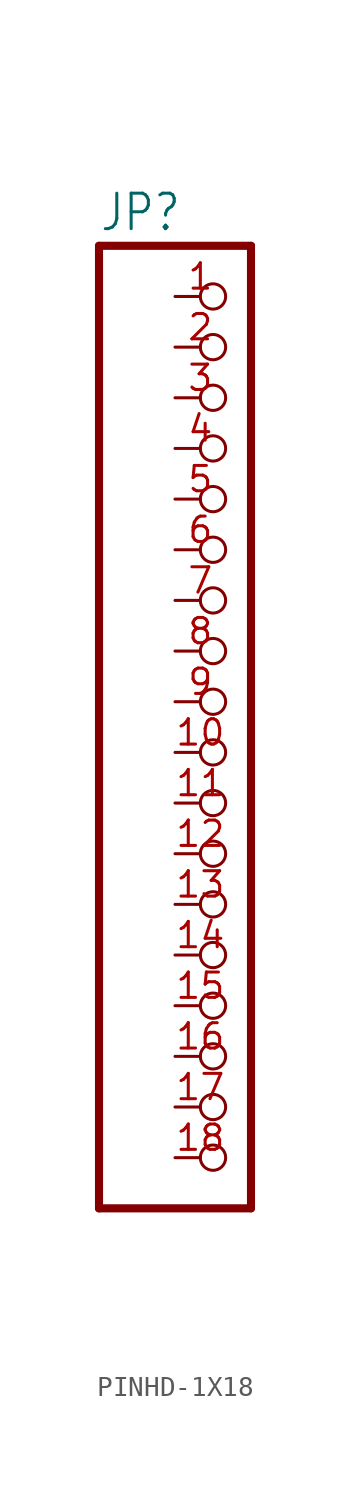
<source format=kicad_sym>
(kicad_symbol_lib
  (version 20220914)
  (generator kicad_symbol_editor)
  (symbol "PINHD-1X18"
    (property "Reference" "JP"
      (at -6.35 23.495 0)
      (effects (font (size 1.778 1.511)) (justify left bottom)))
    (property "Value" ""
      (at -6.35 -27.94 0)
      (effects (font (size 1.778 1.511)) (justify left bottom)))
    (property "ki_locked" ""
      (at 0 0 0)
      (effects (font (size 1.27 1.27))))
    (symbol "PINHD-1X18_1_0"
      (polyline (pts (xy -6.35 -25.4) (xy 1.27 -25.4)) (stroke (width 0.406) (type solid)) (fill (type none)))
      (polyline (pts (xy -6.35 22.86) (xy -6.35 -25.4)) (stroke (width 0.406) (type solid)) (fill (type none)))
      (polyline (pts (xy 1.27 -25.4) (xy 1.27 22.86)) (stroke (width 0.406) (type solid)) (fill (type none)))
      (polyline (pts (xy 1.27 22.86) (xy -6.35 22.86)) (stroke (width 0.406) (type solid)) (fill (type none)))
      (pin passive inverted (at -2.54 20.32 0) (length 2.54) (name "1" (effects (font (size 0 0)))) (number "1" (effects (font (size 1.27 1.27)))))
      (pin passive inverted (at -2.54 -2.54 0) (length 2.54) (name "10" (effects (font (size 0 0)))) (number "10" (effects (font (size 1.27 1.27)))))
      (pin passive inverted (at -2.54 -5.08 0) (length 2.54) (name "11" (effects (font (size 0 0)))) (number "11" (effects (font (size 1.27 1.27)))))
      (pin passive inverted (at -2.54 -7.62 0) (length 2.54) (name "12" (effects (font (size 0 0)))) (number "12" (effects (font (size 1.27 1.27)))))
      (pin passive inverted (at -2.54 -10.16 0) (length 2.54) (name "13" (effects (font (size 0 0)))) (number "13" (effects (font (size 1.27 1.27)))))
      (pin passive inverted (at -2.54 -12.7 0) (length 2.54) (name "14" (effects (font (size 0 0)))) (number "14" (effects (font (size 1.27 1.27)))))
      (pin passive inverted (at -2.54 -15.24 0) (length 2.54) (name "15" (effects (font (size 0 0)))) (number "15" (effects (font (size 1.27 1.27)))))
      (pin passive inverted (at -2.54 -17.78 0) (length 2.54) (name "16" (effects (font (size 0 0)))) (number "16" (effects (font (size 1.27 1.27)))))
      (pin passive inverted (at -2.54 -20.32 0) (length 2.54) (name "17" (effects (font (size 0 0)))) (number "17" (effects (font (size 1.27 1.27)))))
      (pin passive inverted (at -2.54 -22.86 0) (length 2.54) (name "18" (effects (font (size 0 0)))) (number "18" (effects (font (size 1.27 1.27)))))
      (pin passive inverted (at -2.54 17.78 0) (length 2.54) (name "2" (effects (font (size 0 0)))) (number "2" (effects (font (size 1.27 1.27)))))
      (pin passive inverted (at -2.54 15.24 0) (length 2.54) (name "3" (effects (font (size 0 0)))) (number "3" (effects (font (size 1.27 1.27)))))
      (pin passive inverted (at -2.54 12.7 0) (length 2.54) (name "4" (effects (font (size 0 0)))) (number "4" (effects (font (size 1.27 1.27)))))
      (pin passive inverted (at -2.54 10.16 0) (length 2.54) (name "5" (effects (font (size 0 0)))) (number "5" (effects (font (size 1.27 1.27)))))
      (pin passive inverted (at -2.54 7.62 0) (length 2.54) (name "6" (effects (font (size 0 0)))) (number "6" (effects (font (size 1.27 1.27)))))
      (pin passive inverted (at -2.54 5.08 0) (length 2.54) (name "7" (effects (font (size 0 0)))) (number "7" (effects (font (size 1.27 1.27)))))
      (pin passive inverted (at -2.54 2.54 0) (length 2.54) (name "8" (effects (font (size 0 0)))) (number "8" (effects (font (size 1.27 1.27)))))
      (pin passive inverted (at -2.54 0 0) (length 2.54) (name "9" (effects (font (size 0 0)))) (number "9" (effects (font (size 1.27 1.27))))))))
</source>
